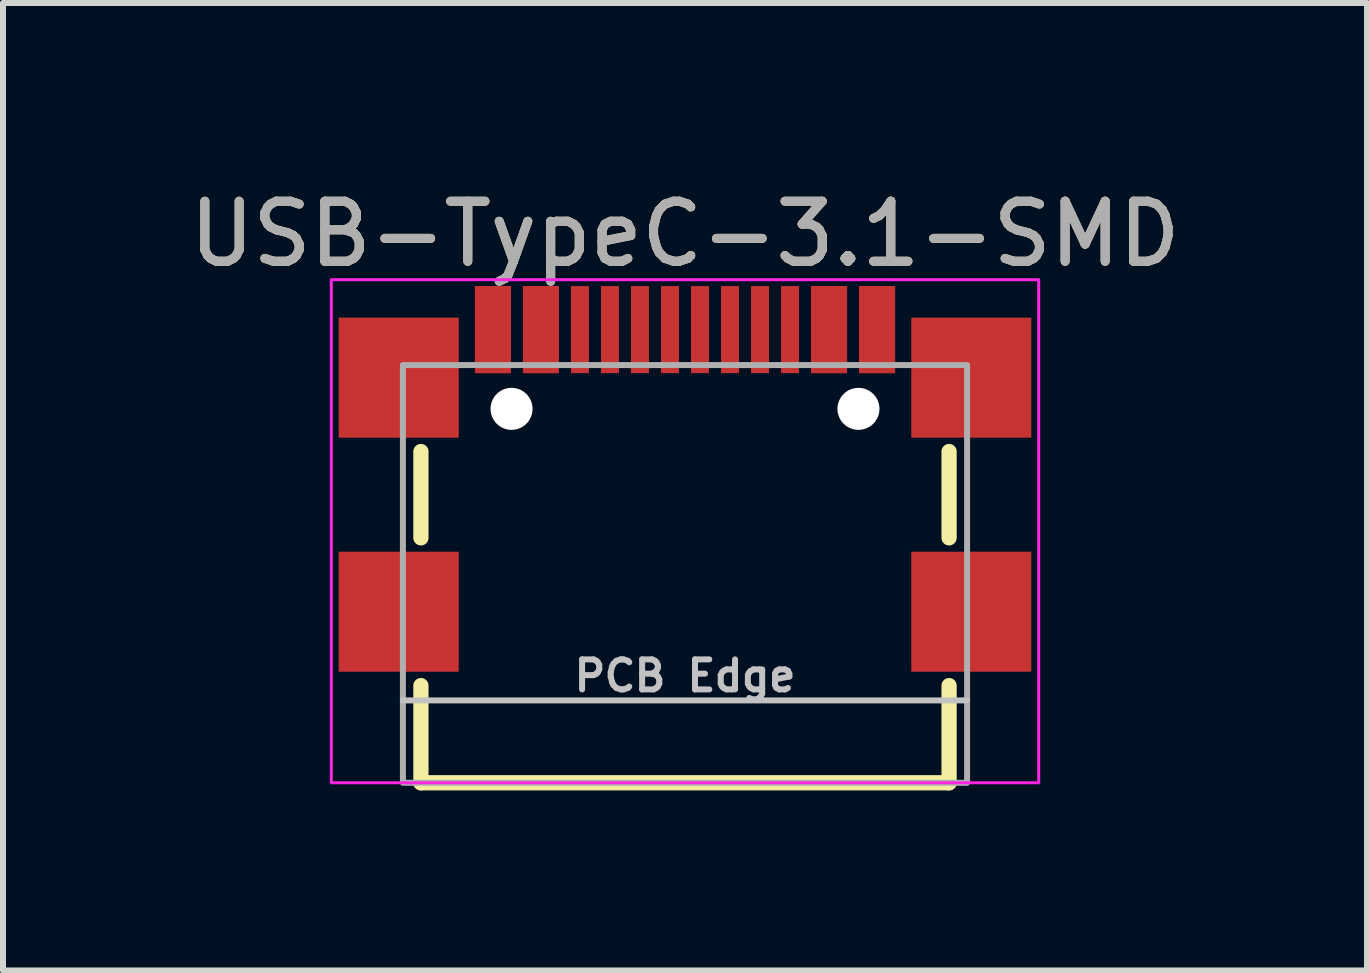
<source format=kicad_pcb>
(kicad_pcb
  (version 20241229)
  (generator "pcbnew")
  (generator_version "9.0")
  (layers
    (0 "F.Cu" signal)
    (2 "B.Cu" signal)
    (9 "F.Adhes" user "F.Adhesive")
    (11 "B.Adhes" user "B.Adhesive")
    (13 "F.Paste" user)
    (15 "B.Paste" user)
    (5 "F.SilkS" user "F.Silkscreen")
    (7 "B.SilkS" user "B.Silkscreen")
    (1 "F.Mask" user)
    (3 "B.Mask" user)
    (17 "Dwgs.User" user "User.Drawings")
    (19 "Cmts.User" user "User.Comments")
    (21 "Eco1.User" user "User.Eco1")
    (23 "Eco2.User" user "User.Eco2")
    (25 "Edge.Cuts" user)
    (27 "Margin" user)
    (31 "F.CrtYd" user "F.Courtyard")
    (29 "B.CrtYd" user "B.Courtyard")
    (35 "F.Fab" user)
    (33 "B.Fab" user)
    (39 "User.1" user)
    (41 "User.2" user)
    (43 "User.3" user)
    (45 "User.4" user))
  (footprint "USB-TypeC-3.1-SMD"
    (layer "F.Cu")
    (at 8.363 5.928)
    (property "Reference" "USB-TypeC-3.1-SMD" (at 0 -5.08 0) (unlocked yes) (layer "F.SilkS") (effects (font (size 1 1) (thickness 0.15))))
    (attr smd)
    (fp_line (start -4.4 -0.017) (end -4.4 -1.455) (stroke (width 0.254) (type solid)) (layer "F.SilkS"))
    (fp_line (start -4.4 4.064) (end -4.4 2.445) (stroke (width 0.254) (type solid)) (layer "F.SilkS"))
    (fp_line (start -4.4 4.064) (end 4.4 4.064) (stroke (width 0.254) (type solid)) (layer "F.SilkS"))
    (fp_line (start 4.4 -0.017) (end 4.4 -1.455) (stroke (width 0.254) (type solid)) (layer "F.SilkS"))
    (fp_line (start 4.4 4.064) (end 4.4 2.445) (stroke (width 0.254) (type solid)) (layer "F.SilkS"))
    (fp_line (start -4.7 2.692) (end 4.7 2.692) (stroke (width 0.1) (type solid)) (layer "Dwgs.User"))
    (fp_circle (center -2.89 -2.166) (end -2.765 -2.166) (stroke (width 0.25) (type solid)) (fill no) (layer "Cmts.User"))
    (fp_circle (center 2.89 -2.166) (end 3.015 -2.166) (stroke (width 0.25) (type solid)) (fill no) (layer "Cmts.User"))
    (fp_rect (start -5.893 -4.318) (end 5.893 4.064) (stroke (width 0.05) (type default)) (fill no) (layer "F.CrtYd"))
    (fp_rect (start -4.7 -2.896) (end 4.7 4.064) (stroke (width 0.1) (type default)) (fill no) (layer "F.Fab"))
    (fp_text user "PCB Edge" (at 0 2.282 0) (unlocked yes) (layer "Dwgs.User") (effects (font (size 0.5 0.5) (thickness 0.1))))
    (fp_text user "${REFERENCE}" (at 0 -5.08 0) (unlocked yes) (layer "F.Fab") (effects (font (size 1 1) (thickness 0.15))))
    (pad "" np_thru_hole circle (at -2.89 -2.166) (size 0.7 0.7) (drill 0.7) (layers "*.Cu" "*.Mask"))
    (pad "" np_thru_hole circle (at 2.89 -2.166) (size 0.7 0.7) (drill 0.7) (layers "*.Cu" "*.Mask"))
    (pad "A1" smd rect (at 3.2 -3.486) (size 0.6 1.45) (layers "F.Cu" "F.Mask" "F.Paste"))
    (pad "A4" smd rect (at 2.4 -3.486) (size 0.6 1.45) (layers "F.Cu" "F.Mask" "F.Paste"))
    (pad "A5" smd rect (at -1.25 -3.486) (size 0.3 1.45) (layers "F.Cu" "F.Mask" "F.Paste"))
    (pad "A6" smd rect (at -0.25 -3.486) (size 0.3 1.45) (layers "F.Cu" "F.Mask" "F.Paste"))
    (pad "A7" smd rect (at 0.25 -3.486) (size 0.3 1.45) (layers "F.Cu" "F.Mask" "F.Paste"))
    (pad "A8" smd rect (at 1.25 -3.486) (size 0.3 1.45) (layers "F.Cu" "F.Mask" "F.Paste"))
    (pad "A9" smd rect (at 2.4 -3.486) (size 0.6 1.45) (layers "F.Cu" "F.Mask" "F.Paste"))
    (pad "A12" smd rect (at 3.2 -3.486) (size 0.6 1.45) (layers "F.Cu" "F.Mask" "F.Paste"))
    (pad "B1" smd rect (at -3.2 -3.486) (size 0.6 1.45) (layers "F.Cu" "F.Mask" "F.Paste"))
    (pad "B4" smd rect (at -2.4 -3.486) (size 0.6 1.45) (layers "F.Cu" "F.Mask" "F.Paste"))
    (pad "B5" smd rect (at 1.75 -3.486) (size 0.3 1.45) (layers "F.Cu" "F.Mask" "F.Paste"))
    (pad "B6" smd rect (at 0.75 -3.486) (size 0.3 1.45) (layers "F.Cu" "F.Mask" "F.Paste"))
    (pad "B7" smd rect (at -0.75 -3.486) (size 0.3 1.45) (layers "F.Cu" "F.Mask" "F.Paste"))
    (pad "B8" smd rect (at -1.75 -3.486) (size 0.3 1.45) (layers "F.Cu" "F.Mask" "F.Paste"))
    (pad "B9" smd rect (at -2.4 -3.486) (size 0.6 1.45) (layers "F.Cu" "F.Mask" "F.Paste"))
    (pad "B12" smd rect (at -3.2 -3.486) (size 0.6 1.45) (layers "F.Cu" "F.Mask" "F.Paste"))
    (pad "S1" smd rect (at -4.77 -2.686) (size 2 2) (layers "F.Cu" "F.Mask" "F.Paste"))
    (pad "S1" smd rect (at -4.77 1.214) (size 2 2) (layers "F.Cu" "F.Mask" "F.Paste"))
    (pad "S1" smd rect (at 4.77 -2.686) (size 2 2) (layers "F.Cu" "F.Mask" "F.Paste"))
    (pad "S1" smd rect (at 4.77 1.214) (size 2 2) (layers "F.Cu" "F.Mask" "F.Paste")))
  (gr_rect
    (start -3 -3)
    (end 19.726 13.119)
    (stroke (width 0.1) (type default))
    (fill no)
    (layer "Edge.Cuts")))
</source>
